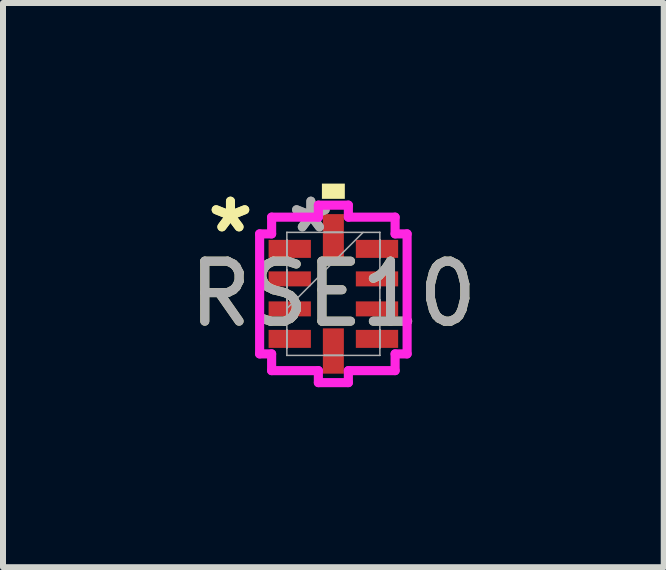
<source format=kicad_pcb>
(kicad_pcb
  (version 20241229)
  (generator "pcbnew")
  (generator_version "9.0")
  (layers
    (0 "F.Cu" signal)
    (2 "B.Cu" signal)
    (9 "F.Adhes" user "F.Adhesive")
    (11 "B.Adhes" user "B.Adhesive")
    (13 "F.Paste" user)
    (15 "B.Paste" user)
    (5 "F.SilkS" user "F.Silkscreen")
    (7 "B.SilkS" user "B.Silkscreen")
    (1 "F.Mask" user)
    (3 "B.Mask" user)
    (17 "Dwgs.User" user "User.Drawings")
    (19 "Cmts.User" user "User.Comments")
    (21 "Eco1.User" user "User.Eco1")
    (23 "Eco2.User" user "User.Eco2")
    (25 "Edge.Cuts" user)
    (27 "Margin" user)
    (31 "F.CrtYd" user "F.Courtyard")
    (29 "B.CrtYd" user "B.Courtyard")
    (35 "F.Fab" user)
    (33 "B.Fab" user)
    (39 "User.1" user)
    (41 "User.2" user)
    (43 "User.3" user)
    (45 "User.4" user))
  (footprint "RSE10"
    (layer "F.Cu")
    (at 2.506 1.848)
    (property "Reference" "RSE10" (at 0 0 0) (unlocked yes) (layer "F.SilkS") (effects (font (size 1 1) (thickness 0.15))))
    (attr smd)
    (fp_poly (pts (xy -0.191 -1.584) (xy -0.191 -1.838) (xy 0.191 -1.838) (xy 0.191 -1.584)) (stroke (width 0) (type solid)) (fill yes) (layer "F.SilkS"))
    (fp_line (start -1.229 -1) (end -1.029 -1) (stroke (width 0.152) (type solid)) (layer "F.CrtYd"))
    (fp_line (start -1.229 1) (end -1.229 -1) (stroke (width 0.152) (type solid)) (layer "F.CrtYd"))
    (fp_line (start -1.029 -1.279) (end -0.25 -1.279) (stroke (width 0.152) (type solid)) (layer "F.CrtYd"))
    (fp_line (start -1.029 -1) (end -1.029 -1.279) (stroke (width 0.152) (type solid)) (layer "F.CrtYd"))
    (fp_line (start -1.029 1) (end -1.229 1) (stroke (width 0.152) (type solid)) (layer "F.CrtYd"))
    (fp_line (start -1.029 1.279) (end -1.029 1) (stroke (width 0.152) (type solid)) (layer "F.CrtYd"))
    (fp_line (start -0.25 -1.479) (end 0.25 -1.479) (stroke (width 0.152) (type solid)) (layer "F.CrtYd"))
    (fp_line (start -0.25 -1.279) (end -0.25 -1.479) (stroke (width 0.152) (type solid)) (layer "F.CrtYd"))
    (fp_line (start -0.25 1.279) (end -1.029 1.279) (stroke (width 0.152) (type solid)) (layer "F.CrtYd"))
    (fp_line (start -0.25 1.479) (end -0.25 1.279) (stroke (width 0.152) (type solid)) (layer "F.CrtYd"))
    (fp_line (start 0.25 -1.479) (end 0.25 -1.279) (stroke (width 0.152) (type solid)) (layer "F.CrtYd"))
    (fp_line (start 0.25 -1.279) (end 1.029 -1.279) (stroke (width 0.152) (type solid)) (layer "F.CrtYd"))
    (fp_line (start 0.25 1.279) (end 0.25 1.479) (stroke (width 0.152) (type solid)) (layer "F.CrtYd"))
    (fp_line (start 0.25 1.479) (end -0.25 1.479) (stroke (width 0.152) (type solid)) (layer "F.CrtYd"))
    (fp_line (start 1.029 -1.279) (end 1.029 -1) (stroke (width 0.152) (type solid)) (layer "F.CrtYd"))
    (fp_line (start 1.029 -1) (end 1.229 -1) (stroke (width 0.152) (type solid)) (layer "F.CrtYd"))
    (fp_line (start 1.029 1) (end 1.029 1.279) (stroke (width 0.152) (type solid)) (layer "F.CrtYd"))
    (fp_line (start 1.029 1.279) (end 0.25 1.279) (stroke (width 0.152) (type solid)) (layer "F.CrtYd"))
    (fp_line (start 1.229 -1) (end 1.229 1) (stroke (width 0.152) (type solid)) (layer "F.CrtYd"))
    (fp_line (start 1.229 1) (end 1.029 1) (stroke (width 0.152) (type solid)) (layer "F.CrtYd"))
    (fp_line (start -0.775 -1.025) (end -0.775 -1.025) (stroke (width 0.025) (type solid)) (layer "F.Fab"))
    (fp_line (start -0.775 -1.025) (end -0.775 1.025) (stroke (width 0.025) (type solid)) (layer "F.Fab"))
    (fp_line (start -0.775 -0.9) (end -0.775 -0.9) (stroke (width 0.025) (type solid)) (layer "F.Fab"))
    (fp_line (start -0.775 -0.9) (end -0.775 -0.6) (stroke (width 0.025) (type solid)) (layer "F.Fab"))
    (fp_line (start -0.775 -0.6) (end -0.775 -0.9) (stroke (width 0.025) (type solid)) (layer "F.Fab"))
    (fp_line (start -0.775 -0.6) (end -0.775 -0.6) (stroke (width 0.025) (type solid)) (layer "F.Fab"))
    (fp_line (start -0.775 -0.4) (end -0.775 -0.4) (stroke (width 0.025) (type solid)) (layer "F.Fab"))
    (fp_line (start -0.775 -0.4) (end -0.775 -0.1) (stroke (width 0.025) (type solid)) (layer "F.Fab"))
    (fp_line (start -0.775 -0.1) (end -0.775 -0.4) (stroke (width 0.025) (type solid)) (layer "F.Fab"))
    (fp_line (start -0.775 -0.1) (end -0.775 -0.1) (stroke (width 0.025) (type solid)) (layer "F.Fab"))
    (fp_line (start -0.775 0.1) (end -0.775 0.1) (stroke (width 0.025) (type solid)) (layer "F.Fab"))
    (fp_line (start -0.775 0.1) (end -0.775 0.4) (stroke (width 0.025) (type solid)) (layer "F.Fab"))
    (fp_line (start -0.775 0.245) (end 0.495 -1.025) (stroke (width 0.025) (type solid)) (layer "F.Fab"))
    (fp_line (start -0.775 0.4) (end -0.775 0.1) (stroke (width 0.025) (type solid)) (layer "F.Fab"))
    (fp_line (start -0.775 0.4) (end -0.775 0.4) (stroke (width 0.025) (type solid)) (layer "F.Fab"))
    (fp_line (start -0.775 0.6) (end -0.775 0.6) (stroke (width 0.025) (type solid)) (layer "F.Fab"))
    (fp_line (start -0.775 0.6) (end -0.775 0.9) (stroke (width 0.025) (type solid)) (layer "F.Fab"))
    (fp_line (start -0.775 0.9) (end -0.775 0.6) (stroke (width 0.025) (type solid)) (layer "F.Fab"))
    (fp_line (start -0.775 0.9) (end -0.775 0.9) (stroke (width 0.025) (type solid)) (layer "F.Fab"))
    (fp_line (start -0.775 1.025) (end -0.775 1.025) (stroke (width 0.025) (type solid)) (layer "F.Fab"))
    (fp_line (start -0.775 1.025) (end 0.775 1.025) (stroke (width 0.025) (type solid)) (layer "F.Fab"))
    (fp_line (start -0.15 -1.025) (end -0.15 -1.025) (stroke (width 0.025) (type solid)) (layer "F.Fab"))
    (fp_line (start -0.15 -1.025) (end 0.15 -1.025) (stroke (width 0.025) (type solid)) (layer "F.Fab"))
    (fp_line (start -0.15 1.025) (end -0.15 1.025) (stroke (width 0.025) (type solid)) (layer "F.Fab"))
    (fp_line (start -0.15 1.025) (end 0.15 1.025) (stroke (width 0.025) (type solid)) (layer "F.Fab"))
    (fp_line (start 0.15 -1.025) (end -0.15 -1.025) (stroke (width 0.025) (type solid)) (layer "F.Fab"))
    (fp_line (start 0.15 -1.025) (end 0.15 -1.025) (stroke (width 0.025) (type solid)) (layer "F.Fab"))
    (fp_line (start 0.15 1.025) (end -0.15 1.025) (stroke (width 0.025) (type solid)) (layer "F.Fab"))
    (fp_line (start 0.15 1.025) (end 0.15 1.025) (stroke (width 0.025) (type solid)) (layer "F.Fab"))
    (fp_line (start 0.775 -1.025) (end -0.775 -1.025) (stroke (width 0.025) (type solid)) (layer "F.Fab"))
    (fp_line (start 0.775 -1.025) (end 0.775 -1.025) (stroke (width 0.025) (type solid)) (layer "F.Fab"))
    (fp_line (start 0.775 -0.9) (end 0.775 -0.9) (stroke (width 0.025) (type solid)) (layer "F.Fab"))
    (fp_line (start 0.775 -0.9) (end 0.775 -0.6) (stroke (width 0.025) (type solid)) (layer "F.Fab"))
    (fp_line (start 0.775 -0.6) (end 0.775 -0.9) (stroke (width 0.025) (type solid)) (layer "F.Fab"))
    (fp_line (start 0.775 -0.6) (end 0.775 -0.6) (stroke (width 0.025) (type solid)) (layer "F.Fab"))
    (fp_line (start 0.775 -0.4) (end 0.775 -0.4) (stroke (width 0.025) (type solid)) (layer "F.Fab"))
    (fp_line (start 0.775 -0.4) (end 0.775 -0.1) (stroke (width 0.025) (type solid)) (layer "F.Fab"))
    (fp_line (start 0.775 -0.1) (end 0.775 -0.4) (stroke (width 0.025) (type solid)) (layer "F.Fab"))
    (fp_line (start 0.775 -0.1) (end 0.775 -0.1) (stroke (width 0.025) (type solid)) (layer "F.Fab"))
    (fp_line (start 0.775 0.1) (end 0.775 0.1) (stroke (width 0.025) (type solid)) (layer "F.Fab"))
    (fp_line (start 0.775 0.1) (end 0.775 0.4) (stroke (width 0.025) (type solid)) (layer "F.Fab"))
    (fp_line (start 0.775 0.4) (end 0.775 0.1) (stroke (width 0.025) (type solid)) (layer "F.Fab"))
    (fp_line (start 0.775 0.4) (end 0.775 0.4) (stroke (width 0.025) (type solid)) (layer "F.Fab"))
    (fp_line (start 0.775 0.6) (end 0.775 0.6) (stroke (width 0.025) (type solid)) (layer "F.Fab"))
    (fp_line (start 0.775 0.6) (end 0.775 0.9) (stroke (width 0.025) (type solid)) (layer "F.Fab"))
    (fp_line (start 0.775 0.9) (end 0.775 0.6) (stroke (width 0.025) (type solid)) (layer "F.Fab"))
    (fp_line (start 0.775 0.9) (end 0.775 0.9) (stroke (width 0.025) (type solid)) (layer "F.Fab"))
    (fp_line (start 0.775 1.025) (end 0.775 -1.025) (stroke (width 0.025) (type solid)) (layer "F.Fab"))
    (fp_line (start 0.775 1.025) (end 0.775 1.025) (stroke (width 0.025) (type solid)) (layer "F.Fab"))
    (fp_text user "*" (at -1.715 -1 0) (layer "F.SilkS") (effects (font (size 1 1) (thickness 0.15))))
    (fp_text user "*" (at -1.715 -1 0) (unlocked yes) (layer "F.SilkS") (effects (font (size 1 1) (thickness 0.15))))
    (fp_text user "*" (at -0.375 -1 0) (layer "F.Fab") (effects (font (size 1 1) (thickness 0.15))))
    (fp_text user "*" (at -0.375 -1 0) (unlocked yes) (layer "F.Fab") (effects (font (size 1 1) (thickness 0.15))))
    (fp_text user "${REFERENCE}" (at 0 0 0) (unlocked yes) (layer "F.Fab") (effects (font (size 1 1) (thickness 0.15))))
    (pad "1" smd rect (at -0.727 -0.75 90) (size 0.3 0.705) (layers "F.Cu" "F.Mask" "F.Paste"))
    (pad "2" smd rect (at -0.727 -0.25 90) (size 0.25 0.705) (layers "F.Cu" "F.Mask" "F.Paste"))
    (pad "3" smd rect (at -0.727 0.25 90) (size 0.25 0.705) (layers "F.Cu" "F.Mask" "F.Paste"))
    (pad "4" smd rect (at -0.727 0.75 90) (size 0.3 0.705) (layers "F.Cu" "F.Mask" "F.Paste"))
    (pad "5" smd rect (at 0 0.952) (size 0.35 0.755) (layers "F.Cu" "F.Mask" "F.Paste"))
    (pad "6" smd rect (at 0.727 0.75 90) (size 0.3 0.705) (layers "F.Cu" "F.Mask" "F.Paste"))
    (pad "7" smd rect (at 0.727 0.25 90) (size 0.25 0.705) (layers "F.Cu" "F.Mask" "F.Paste"))
    (pad "8" smd rect (at 0.727 -0.25 90) (size 0.25 0.705) (layers "F.Cu" "F.Mask" "F.Paste"))
    (pad "9" smd rect (at 0.727 -0.75 90) (size 0.3 0.705) (layers "F.Cu" "F.Mask" "F.Paste"))
    (pad "10" smd rect (at 0 -0.952) (size 0.35 0.755) (layers "F.Cu" "F.Mask" "F.Paste")))
  (gr_rect
    (start -3 -3)
    (end 8.012 6.403)
    (stroke (width 0.1) (type default))
    (fill no)
    (layer "Edge.Cuts")))
</source>
